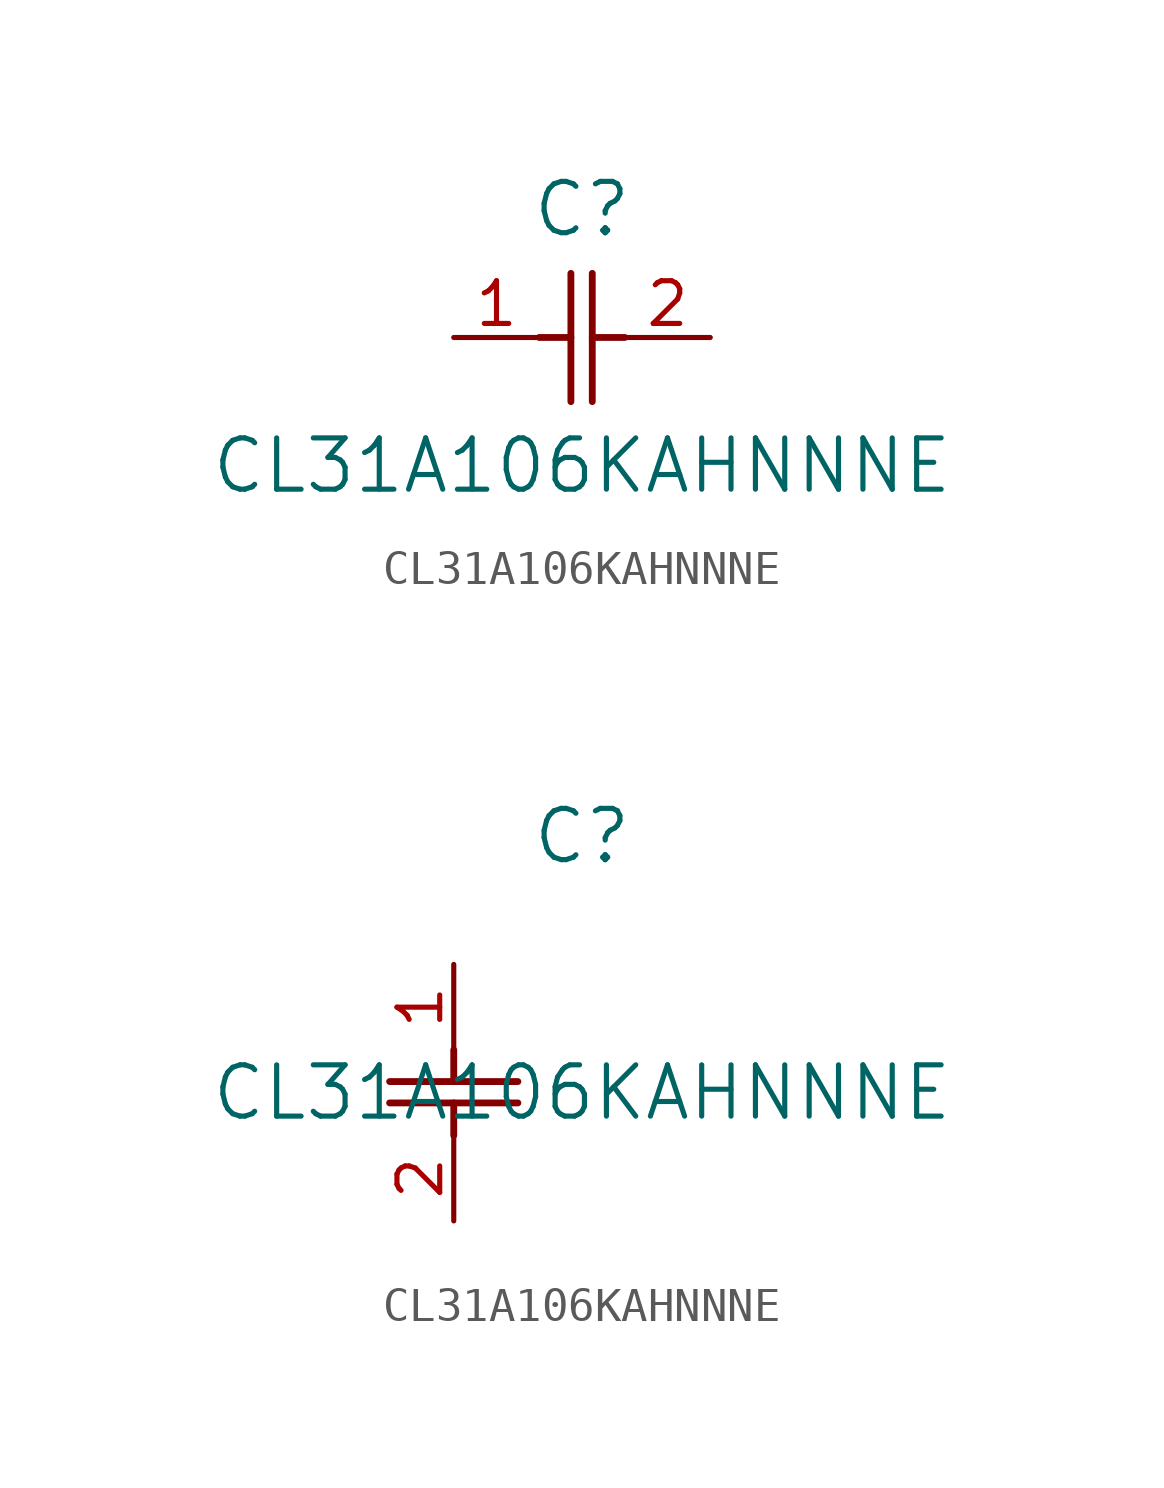
<source format=kicad_sym>
(kicad_symbol_lib
  (version 20211014)
  (generator kicad_symbol_editor)
  (symbol "CL31A106KAHNNNE"
    (pin_names
      (offset 0.254))
    (property "Reference" "C"
      (at 3.81 3.81 0)
      (effects (font (size 1.524 1.524))))
    (property "Value" "CL31A106KAHNNNE"
      (at 3.81 -3.81 0)
      (effects (font (size 1.524 1.524))))
    (symbol "CL31A106KAHNNNE_1_1"
      (polyline (pts (xy 3.48 -1.905) (xy 3.48 1.905)) (stroke (width 0.203) (type default) (color 0 0 0 0)) (fill (type none)))
      (polyline (pts (xy 4.115 -1.905) (xy 4.115 1.905)) (stroke (width 0.203) (type default) (color 0 0 0 0)) (fill (type none)))
      (polyline (pts (xy 4.115 0) (xy 5.08 0)) (stroke (width 0.203) (type default) (color 0 0 0 0)) (fill (type none)))
      (polyline (pts (xy 2.54 0) (xy 3.48 0)) (stroke (width 0.203) (type default) (color 0 0 0 0)) (fill (type none)))
      (pin unspecified line (at 0 0 0) (length 2.54) (name "" (effects (font (size 1.27 1.27)))) (number "1" (effects (font (size 1.27 1.27)))))
      (pin unspecified line (at 7.62 0 180) (length 2.54) (name "" (effects (font (size 1.27 1.27)))) (number "2" (effects (font (size 1.27 1.27))))))
    (symbol "CL31A106KAHNNNE_1_2"
      (polyline (pts (xy -1.905 -3.48) (xy 1.905 -3.48)) (stroke (width 0.203) (type default) (color 0 0 0 0)) (fill (type none)))
      (polyline (pts (xy -1.905 -4.115) (xy 1.905 -4.115)) (stroke (width 0.203) (type default) (color 0 0 0 0)) (fill (type none)))
      (polyline (pts (xy 0 -4.115) (xy 0 -5.08)) (stroke (width 0.203) (type default) (color 0 0 0 0)) (fill (type none)))
      (polyline (pts (xy 0 -2.54) (xy 0 -3.48)) (stroke (width 0.203) (type default) (color 0 0 0 0)) (fill (type none)))
      (pin unspecified line (at 0 0 270) (length 2.54) (name "" (effects (font (size 1.27 1.27)))) (number "1" (effects (font (size 1.27 1.27)))))
      (pin unspecified line (at 0 -7.62 90) (length 2.54) (name "" (effects (font (size 1.27 1.27)))) (number "2" (effects (font (size 1.27 1.27))))))))
</source>
